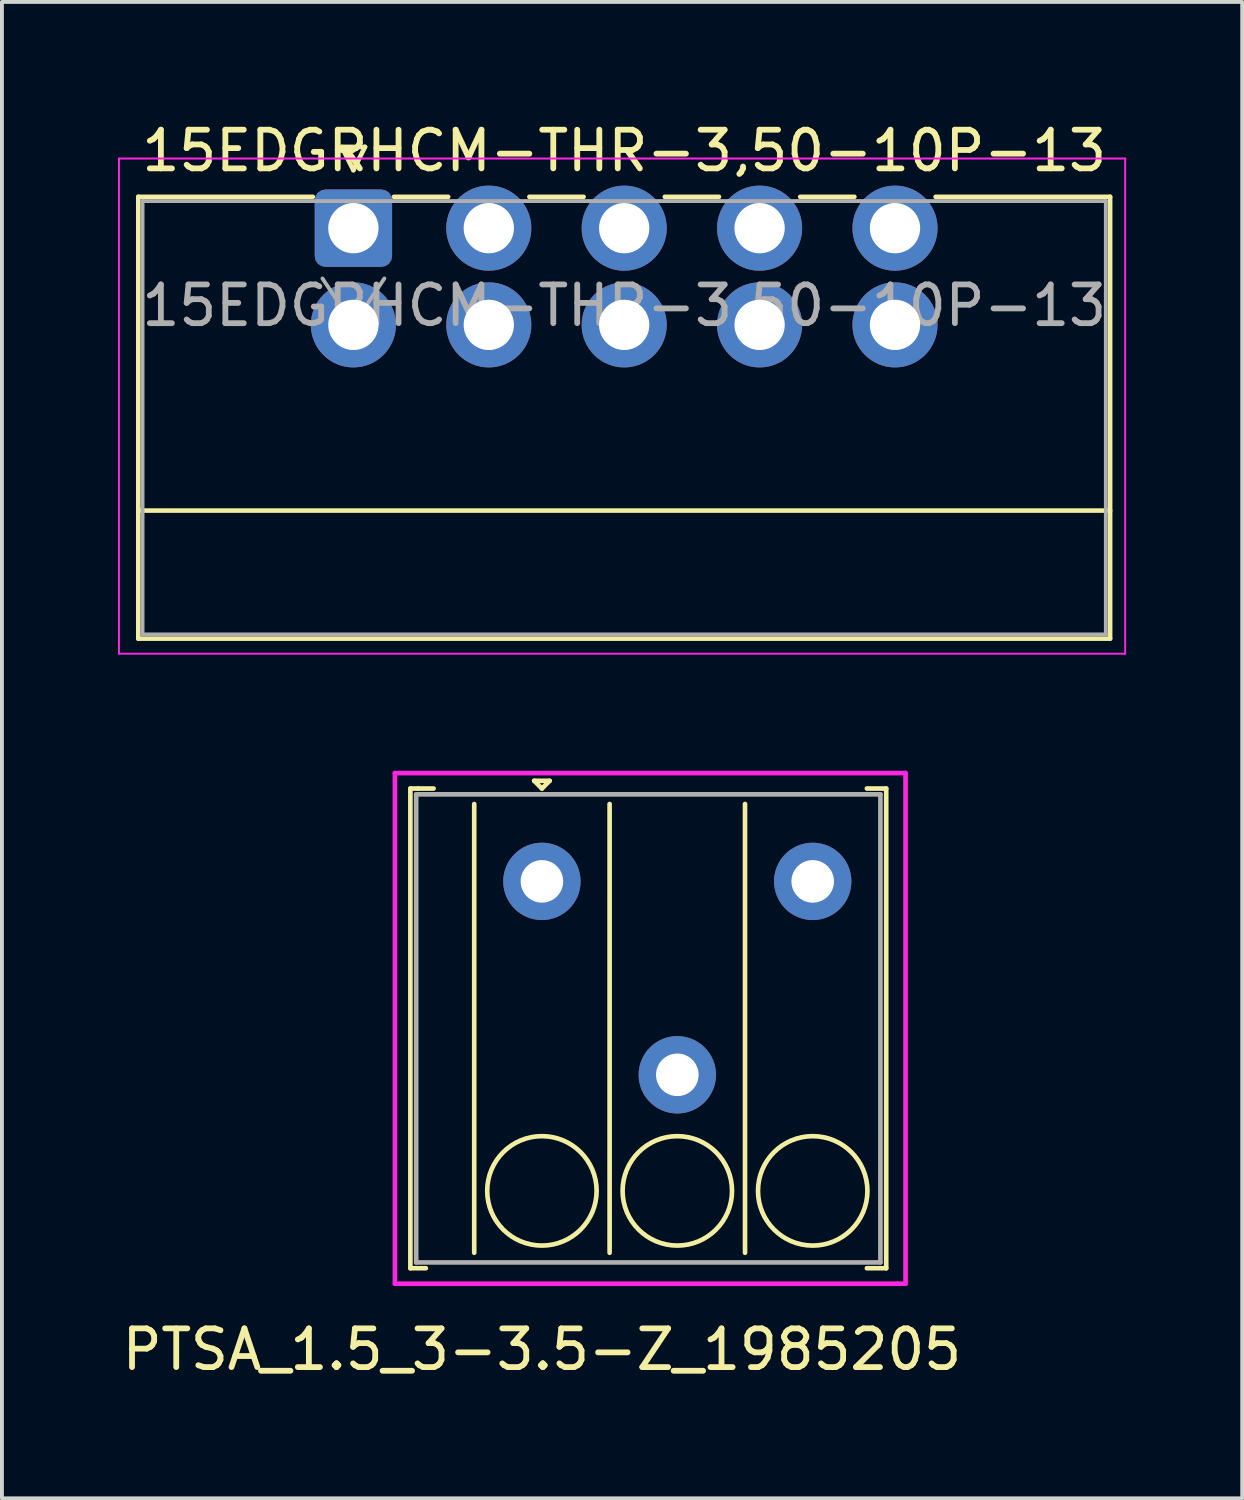
<source format=kicad_pcb>
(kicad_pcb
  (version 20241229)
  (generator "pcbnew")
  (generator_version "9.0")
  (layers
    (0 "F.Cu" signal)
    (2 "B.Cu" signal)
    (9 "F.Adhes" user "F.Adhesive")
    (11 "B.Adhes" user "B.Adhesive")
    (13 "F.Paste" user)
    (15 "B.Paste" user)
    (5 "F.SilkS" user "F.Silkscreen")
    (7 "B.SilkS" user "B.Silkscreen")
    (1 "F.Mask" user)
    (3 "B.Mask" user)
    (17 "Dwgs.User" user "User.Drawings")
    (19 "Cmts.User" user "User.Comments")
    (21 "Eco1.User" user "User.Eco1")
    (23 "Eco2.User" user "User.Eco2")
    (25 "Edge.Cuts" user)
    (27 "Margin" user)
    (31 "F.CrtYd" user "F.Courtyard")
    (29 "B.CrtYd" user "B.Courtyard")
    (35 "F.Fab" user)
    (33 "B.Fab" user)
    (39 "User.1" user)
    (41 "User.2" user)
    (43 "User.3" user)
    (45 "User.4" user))
  (footprint "PTSA_1.5_3-3.5-Z_1985205"
    (layer "F.Cu")
    (at 10.958 19.733)
    (property "Reference" "PTSA_1.5_3-3.5-Z_1985205" (at 0 12.1 0) (layer "F.SilkS") (effects (font (size 1 1) (thickness 0.15))))
    (attr through_hole)
    (fp_line (start -3.4 -2.4) (end -3.4 10) (stroke (width 0.12) (type solid)) (layer "F.SilkS"))
    (fp_line (start -3.4 10) (end -3 10) (stroke (width 0.12) (type solid)) (layer "F.SilkS"))
    (fp_line (start -3.2 -2.4) (end -3.4 -2.4) (stroke (width 0.12) (type solid)) (layer "F.SilkS"))
    (fp_line (start -3.2 -2.4) (end -2.8 -2.4) (stroke (width 0.12) (type solid)) (layer "F.SilkS"))
    (fp_line (start -1.75 -2) (end -1.75 9.6) (stroke (width 0.12) (type solid)) (layer "F.SilkS"))
    (fp_line (start -0.2 -2.6) (end 0.2 -2.6) (stroke (width 0.12) (type solid)) (layer "F.SilkS"))
    (fp_line (start 0 -2.4) (end -0.2 -2.6) (stroke (width 0.12) (type solid)) (layer "F.SilkS"))
    (fp_line (start 0.2 -2.6) (end 0 -2.4) (stroke (width 0.12) (type solid)) (layer "F.SilkS"))
    (fp_line (start 1.75 -2) (end 1.75 9.6) (stroke (width 0.12) (type solid)) (layer "F.SilkS"))
    (fp_line (start 5.25 -2) (end 5.25 9.6) (stroke (width 0.12) (type solid)) (layer "F.SilkS"))
    (fp_line (start 8.4 -2.4) (end 8.9 -2.4) (stroke (width 0.12) (type solid)) (layer "F.SilkS"))
    (fp_line (start 8.9 -2.4) (end 8.9 10) (stroke (width 0.12) (type solid)) (layer "F.SilkS"))
    (fp_line (start 8.9 10) (end 8.4 10) (stroke (width 0.12) (type solid)) (layer "F.SilkS"))
    (fp_circle (center 0 8) (end -1 7) (stroke (width 0.12) (type solid)) (fill no) (layer "F.SilkS"))
    (fp_circle (center 3.5 8) (end 2.5 7) (stroke (width 0.12) (type solid)) (fill no) (layer "F.SilkS"))
    (fp_circle (center 7 8) (end 6 7) (stroke (width 0.12) (type solid)) (fill no) (layer "F.SilkS"))
    (fp_line (start -3.8 -2.8) (end -3.8 10.4) (stroke (width 0.12) (type solid)) (layer "F.CrtYd"))
    (fp_line (start -3.8 10.4) (end 9.2 10.4) (stroke (width 0.12) (type solid)) (layer "F.CrtYd"))
    (fp_line (start 9.2 10.4) (end 9.4 10.4) (stroke (width 0.12) (type solid)) (layer "F.CrtYd"))
    (fp_line (start 9.4 -2.8) (end -3.8 -2.8) (stroke (width 0.12) (type solid)) (layer "F.CrtYd"))
    (fp_line (start 9.4 10.4) (end 9.4 -2.8) (stroke (width 0.12) (type solid)) (layer "F.CrtYd"))
    (fp_line (start -3.25 -2.25) (end -3.25 9.85) (stroke (width 0.12) (type solid)) (layer "F.Fab"))
    (fp_line (start -3.25 -2.25) (end 8.75 -2.25) (stroke (width 0.12) (type solid)) (layer "F.Fab"))
    (fp_line (start 8.75 -2.25) (end 8.75 9.85) (stroke (width 0.12) (type solid)) (layer "F.Fab"))
    (fp_line (start 8.75 9.85) (end -3.25 9.85) (stroke (width 0.12) (type solid)) (layer "F.Fab"))
    (pad "1" thru_hole circle (at 0 0) (size 2 2) (drill 1.1) (layers "*.Cu" "*.Mask"))
    (pad "2" thru_hole circle (at 3.5 5) (size 2 2) (drill 1.1) (layers "*.Cu" "*.Mask"))
    (pad "3" thru_hole circle (at 7 0) (size 2 2) (drill 1.1) (layers "*.Cu" "*.Mask")))
  (footprint "15EDGRHCM-THR-3,50-10P-13"
    (layer "F.Cu")
    (at 6.085 5.348)
    (property "Reference" "15EDGRHCM-THR-3,50-10P-13" (at 7 -4.5 0) (layer "F.SilkS") (effects (font (size 1 1) (thickness 0.15))))
    (attr through_hole)
    (fp_line (start -5.56 -3.31) (end -5.56 8.11) (stroke (width 0.12) (type solid)) (layer "F.SilkS"))
    (fp_line (start -5.56 -3.31) (end -1.05 -3.31) (stroke (width 0.12) (type solid)) (layer "F.SilkS"))
    (fp_line (start -5.56 4.8) (end 19.56 4.8) (stroke (width 0.12) (type solid)) (layer "F.SilkS"))
    (fp_line (start -5.56 8.11) (end 19.56 8.11) (stroke (width 0.12) (type solid)) (layer "F.SilkS"))
    (fp_line (start -0.3 -4.6) (end 0.3 -4.6) (stroke (width 0.12) (type solid)) (layer "F.SilkS"))
    (fp_line (start 0 -4) (end -0.3 -4.6) (stroke (width 0.12) (type solid)) (layer "F.SilkS"))
    (fp_line (start 0.3 -4.6) (end 0 -4) (stroke (width 0.12) (type solid)) (layer "F.SilkS"))
    (fp_line (start 1.05 -3.31) (end 2.45 -3.31) (stroke (width 0.12) (type solid)) (layer "F.SilkS"))
    (fp_line (start 4.55 -3.31) (end 5.95 -3.31) (stroke (width 0.12) (type solid)) (layer "F.SilkS"))
    (fp_line (start 8.05 -3.31) (end 9.45 -3.31) (stroke (width 0.12) (type solid)) (layer "F.SilkS"))
    (fp_line (start 11.55 -3.31) (end 12.95 -3.31) (stroke (width 0.12) (type solid)) (layer "F.SilkS"))
    (fp_line (start 19.56 -3.31) (end 15.05 -3.31) (stroke (width 0.12) (type solid)) (layer "F.SilkS"))
    (fp_line (start 19.56 8.11) (end 19.56 -3.31) (stroke (width 0.12) (type solid)) (layer "F.SilkS"))
    (fp_line (start -6.06 -4.3) (end -6.06 8.5) (stroke (width 0.05) (type solid)) (layer "F.CrtYd"))
    (fp_line (start -6.06 8.5) (end 19.95 8.5) (stroke (width 0.05) (type solid)) (layer "F.CrtYd"))
    (fp_line (start 19.95 -4.3) (end -6.06 -4.3) (stroke (width 0.05) (type solid)) (layer "F.CrtYd"))
    (fp_line (start 19.95 8.5) (end 19.95 -4.3) (stroke (width 0.05) (type solid)) (layer "F.CrtYd"))
    (fp_line (start -5.45 -3.2) (end -5.45 8) (stroke (width 0.1) (type solid)) (layer "F.Fab"))
    (fp_line (start -5.45 8) (end 19.45 8) (stroke (width 0.1) (type solid)) (layer "F.Fab"))
    (fp_line (start 0 0) (end -0.8 -1.2) (stroke (width 0.1) (type solid)) (layer "F.Fab"))
    (fp_line (start 0.8 -1.2) (end 0 0) (stroke (width 0.1) (type solid)) (layer "F.Fab"))
    (fp_line (start 19.45 -3.2) (end -5.45 -3.2) (stroke (width 0.1) (type solid)) (layer "F.Fab"))
    (fp_line (start 19.45 8) (end 19.45 -3.2) (stroke (width 0.1) (type solid)) (layer "F.Fab"))
    (fp_text user "${REFERENCE}" (at 7 -0.5 0) (layer "F.Fab") (effects (font (size 1 1) (thickness 0.15))))
    (pad "1" thru_hole roundrect (at 0 -2.5) (size 2 2) (drill 1.3) (layers "*.Cu" "*.Mask") (roundrect_rratio 0.139))
    (pad "2" thru_hole circle (at 0 0) (size 2.2 2.2) (drill 1.3) (layers "*.Cu" "*.Mask"))
    (pad "3" thru_hole circle (at 3.5 -2.5) (size 2.2 2.2) (drill 1.3) (layers "*.Cu" "*.Mask"))
    (pad "4" thru_hole circle (at 3.5 0) (size 2.2 2.2) (drill 1.3) (layers "*.Cu" "*.Mask"))
    (pad "5" thru_hole circle (at 7 -2.5) (size 2.2 2.2) (drill 1.3) (layers "*.Cu" "*.Mask"))
    (pad "6" thru_hole circle (at 7 0) (size 2.2 2.2) (drill 1.3) (layers "*.Cu" "*.Mask"))
    (pad "7" thru_hole circle (at 10.5 -2.5) (size 2.2 2.2) (drill 1.3) (layers "*.Cu" "*.Mask"))
    (pad "8" thru_hole circle (at 10.5 0) (size 2.2 2.2) (drill 1.3) (layers "*.Cu" "*.Mask"))
    (pad "9" thru_hole circle (at 14 -2.5) (size 2.2 2.2) (drill 1.3) (layers "*.Cu" "*.Mask"))
    (pad "10" thru_hole circle (at 14 0) (size 2.2 2.2) (drill 1.3) (layers "*.Cu" "*.Mask")))
  (gr_rect
    (start -3 -3)
    (end 29.06 35.681)
    (stroke (width 0.1) (type default))
    (fill no)
    (layer "Edge.Cuts")))
</source>
